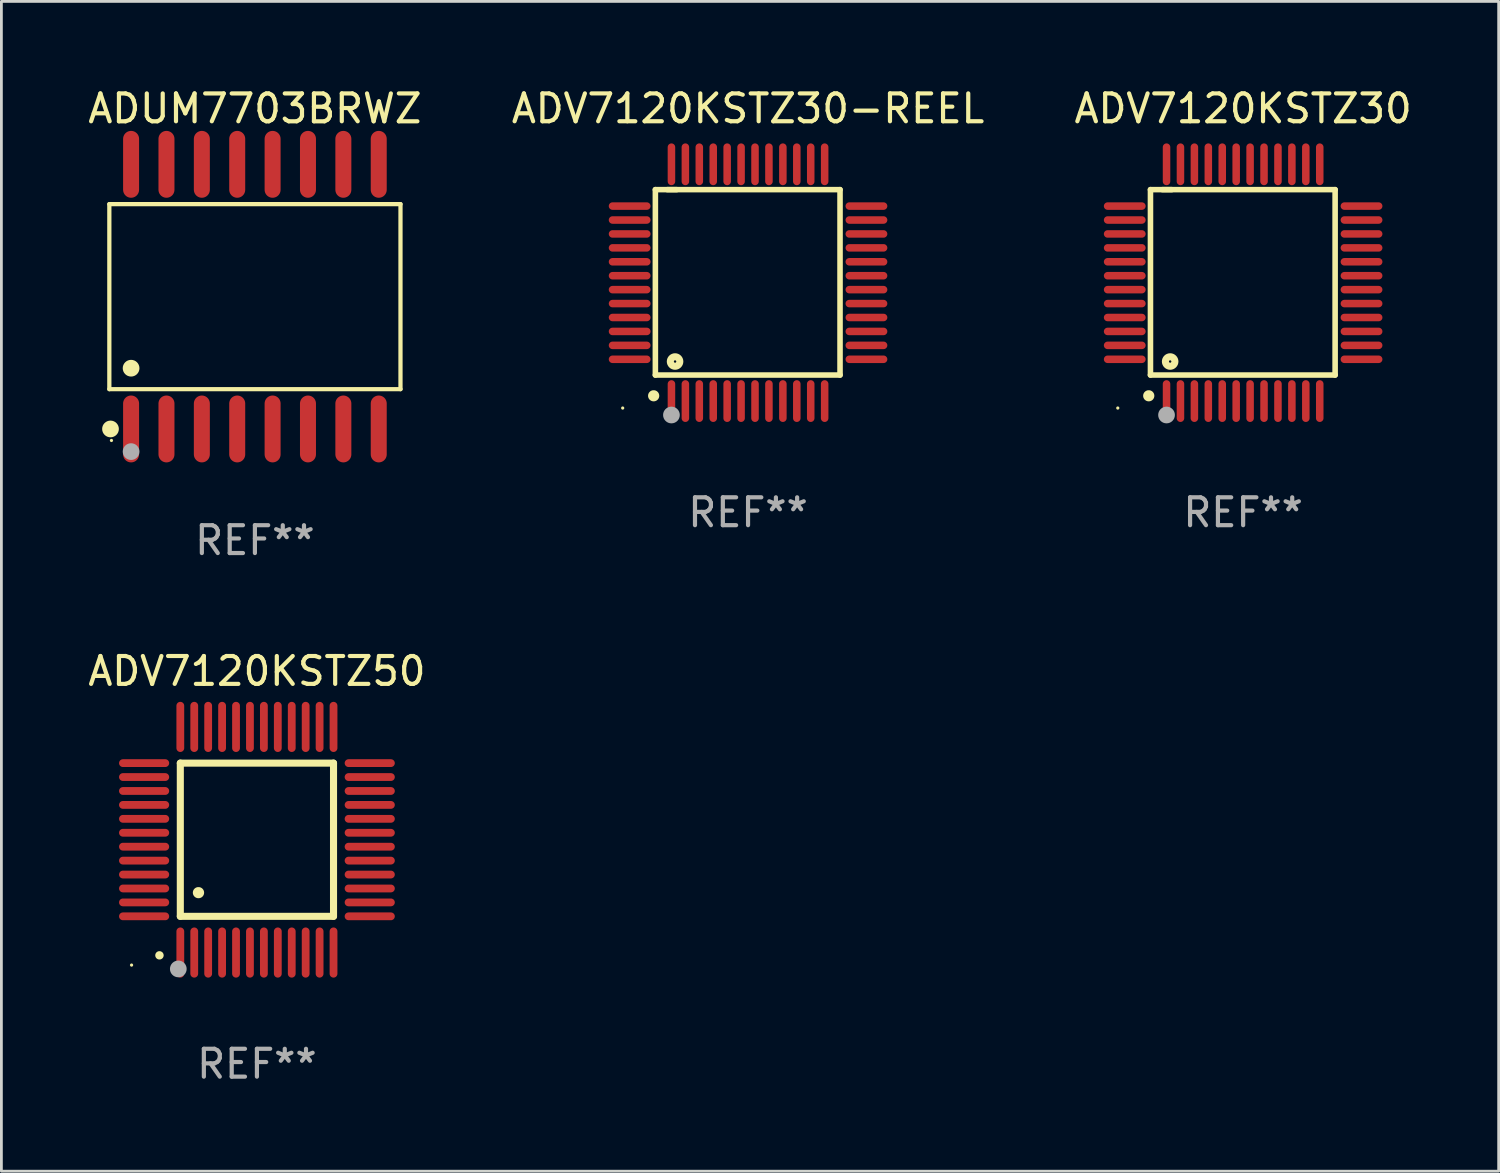
<source format=kicad_pcb>
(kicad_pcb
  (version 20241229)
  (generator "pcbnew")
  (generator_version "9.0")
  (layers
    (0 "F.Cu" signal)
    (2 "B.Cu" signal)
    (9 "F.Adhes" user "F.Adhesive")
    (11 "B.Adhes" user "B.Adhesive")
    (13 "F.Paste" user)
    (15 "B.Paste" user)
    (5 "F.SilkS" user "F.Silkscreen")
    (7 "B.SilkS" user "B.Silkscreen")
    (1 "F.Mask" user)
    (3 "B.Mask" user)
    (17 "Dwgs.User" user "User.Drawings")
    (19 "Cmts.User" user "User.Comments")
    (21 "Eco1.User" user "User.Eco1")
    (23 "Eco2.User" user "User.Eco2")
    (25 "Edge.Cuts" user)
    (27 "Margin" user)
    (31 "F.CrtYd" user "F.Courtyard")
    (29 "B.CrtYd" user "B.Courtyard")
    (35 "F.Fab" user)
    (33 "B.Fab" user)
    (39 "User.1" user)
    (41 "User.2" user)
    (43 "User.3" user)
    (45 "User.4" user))
  (footprint "ADUM7703BRWZ"
    (layer "F.Cu")
    (at 6.101 7.599)
    (property "Reference" "ADUM7703BRWZ" (at 0 -6.75 0) (layer "F.SilkS") (effects (font (size 1 1) (thickness 0.15))))
    (attr through_hole)
    (fp_line (start -5.226 -3.321) (end 5.226 -3.321) (stroke (width 0.152) (type solid)) (layer "F.SilkS"))
    (fp_line (start -5.226 3.321) (end -5.226 -3.321) (stroke (width 0.152) (type solid)) (layer "F.SilkS"))
    (fp_line (start 5.226 -3.321) (end 5.226 3.321) (stroke (width 0.152) (type solid)) (layer "F.SilkS"))
    (fp_line (start 5.226 3.321) (end -5.226 3.321) (stroke (width 0.152) (type solid)) (layer "F.SilkS"))
    (fp_circle (center -5.184 4.75) (end -5.034 4.75) (stroke (width 0.3) (type solid)) (fill no) (layer "F.SilkS"))
    (fp_circle (center -5.15 5.163) (end -5.12 5.163) (stroke (width 0.06) (type solid)) (fill no) (layer "F.SilkS"))
    (fp_circle (center -4.445 2.569) (end -4.295 2.569) (stroke (width 0.3) (type solid)) (fill no) (layer "F.SilkS"))
    (fp_circle (center -4.445 5.563) (end -4.295 5.563) (stroke (width 0.3) (type solid)) (fill no) (layer "F.Fab"))
    (fp_text user "REF**" (at 0 8.75 0) (layer "F.Fab") (effects (font (size 1 1) (thickness 0.15))))
    (pad "1" smd oval (at -4.445 4.75) (size 0.574 2.401) (layers "F.Cu" "F.Mask" "F.Paste"))
    (pad "2" smd oval (at -3.175 4.75) (size 0.574 2.401) (layers "F.Cu" "F.Mask" "F.Paste"))
    (pad "3" smd oval (at -1.905 4.75) (size 0.574 2.401) (layers "F.Cu" "F.Mask" "F.Paste"))
    (pad "4" smd oval (at -0.635 4.75) (size 0.574 2.401) (layers "F.Cu" "F.Mask" "F.Paste"))
    (pad "5" smd oval (at 0.635 4.75) (size 0.574 2.401) (layers "F.Cu" "F.Mask" "F.Paste"))
    (pad "6" smd oval (at 1.905 4.75) (size 0.574 2.401) (layers "F.Cu" "F.Mask" "F.Paste"))
    (pad "7" smd oval (at 3.175 4.75) (size 0.574 2.401) (layers "F.Cu" "F.Mask" "F.Paste"))
    (pad "8" smd oval (at 4.445 4.75) (size 0.574 2.401) (layers "F.Cu" "F.Mask" "F.Paste"))
    (pad "9" smd oval (at 4.445 -4.75) (size 0.574 2.401) (layers "F.Cu" "F.Mask" "F.Paste"))
    (pad "10" smd oval (at 3.175 -4.75) (size 0.574 2.401) (layers "F.Cu" "F.Mask" "F.Paste"))
    (pad "11" smd oval (at 1.905 -4.75) (size 0.574 2.401) (layers "F.Cu" "F.Mask" "F.Paste"))
    (pad "12" smd oval (at 0.635 -4.75) (size 0.574 2.401) (layers "F.Cu" "F.Mask" "F.Paste"))
    (pad "13" smd oval (at -0.635 -4.75) (size 0.574 2.401) (layers "F.Cu" "F.Mask" "F.Paste"))
    (pad "14" smd oval (at -1.905 -4.75) (size 0.574 2.401) (layers "F.Cu" "F.Mask" "F.Paste"))
    (pad "15" smd oval (at -3.175 -4.75) (size 0.574 2.401) (layers "F.Cu" "F.Mask" "F.Paste"))
    (pad "16" smd oval (at -4.445 -4.75) (size 0.574 2.401) (layers "F.Cu" "F.Mask" "F.Paste")))
  (footprint "ADV7120KSTZ30-REEL"
    (layer "F.Cu")
    (at 23.804 7.098)
    (property "Reference" "ADV7120KSTZ30-REEL" (at 0 -6.25 0) (layer "F.SilkS") (effects (font (size 1 1) (thickness 0.15))))
    (attr through_hole)
    (fp_line (start -3.327 -3.34) (end -2.565 -3.34) (stroke (width 0.2) (type solid)) (layer "F.SilkS"))
    (fp_line (start -3.327 3.315) (end -3.327 -3.34) (stroke (width 0.2) (type solid)) (layer "F.SilkS"))
    (fp_line (start -2.896 -3.34) (end 3.302 -3.34) (stroke (width 0.2) (type solid)) (layer "F.SilkS"))
    (fp_line (start 3.302 -3.34) (end 3.302 3.315) (stroke (width 0.2) (type solid)) (layer "F.SilkS"))
    (fp_line (start 3.302 3.315) (end -3.327 3.315) (stroke (width 0.2) (type solid)) (layer "F.SilkS"))
    (fp_arc (start -3.389992 4.059995) (mid -3.388722 4.059991) (end -3.387452 4.059995) (stroke (width 0.4) (type solid)) (layer "F.SilkS"))
    (fp_circle (center -4.5 4.5) (end -4.47 4.5) (stroke (width 0.06) (type solid)) (fill no) (layer "F.SilkS"))
    (fp_circle (center -2.62 2.83) (end -2.45 2.83) (stroke (width 0.254) (type solid)) (fill no) (layer "F.SilkS"))
    (fp_circle (center -2.75 4.75) (end -2.6 4.75) (stroke (width 0.3) (type solid)) (fill no) (layer "F.Fab"))
    (fp_text user "REF**" (at 0 8.25 0) (layer "F.Fab") (effects (font (size 1 1) (thickness 0.15))))
    (pad "1" smd oval (at -2.75 4.25) (size 0.27 1.5) (layers "F.Cu" "F.Mask" "F.Paste"))
    (pad "2" smd oval (at -2.25 4.25) (size 0.27 1.5) (layers "F.Cu" "F.Mask" "F.Paste"))
    (pad "3" smd oval (at -1.75 4.25) (size 0.27 1.5) (layers "F.Cu" "F.Mask" "F.Paste"))
    (pad "4" smd oval (at -1.25 4.25) (size 0.27 1.5) (layers "F.Cu" "F.Mask" "F.Paste"))
    (pad "5" smd oval (at -0.75 4.25) (size 0.27 1.5) (layers "F.Cu" "F.Mask" "F.Paste"))
    (pad "6" smd oval (at -0.25 4.25) (size 0.27 1.5) (layers "F.Cu" "F.Mask" "F.Paste"))
    (pad "7" smd oval (at 0.25 4.25) (size 0.27 1.5) (layers "F.Cu" "F.Mask" "F.Paste"))
    (pad "8" smd oval (at 0.75 4.25) (size 0.27 1.5) (layers "F.Cu" "F.Mask" "F.Paste"))
    (pad "9" smd oval (at 1.25 4.25) (size 0.27 1.5) (layers "F.Cu" "F.Mask" "F.Paste"))
    (pad "10" smd oval (at 1.75 4.25) (size 0.27 1.5) (layers "F.Cu" "F.Mask" "F.Paste"))
    (pad "11" smd oval (at 2.25 4.25) (size 0.27 1.5) (layers "F.Cu" "F.Mask" "F.Paste"))
    (pad "12" smd oval (at 2.75 4.25) (size 0.27 1.5) (layers "F.Cu" "F.Mask" "F.Paste"))
    (pad "13" smd oval (at 4.25 2.75) (size 1.5 0.27) (layers "F.Cu" "F.Mask" "F.Paste"))
    (pad "14" smd oval (at 4.25 2.25) (size 1.5 0.27) (layers "F.Cu" "F.Mask" "F.Paste"))
    (pad "15" smd oval (at 4.25 1.75) (size 1.5 0.27) (layers "F.Cu" "F.Mask" "F.Paste"))
    (pad "16" smd oval (at 4.25 1.25) (size 1.5 0.27) (layers "F.Cu" "F.Mask" "F.Paste"))
    (pad "17" smd oval (at 4.25 0.75) (size 1.5 0.27) (layers "F.Cu" "F.Mask" "F.Paste"))
    (pad "18" smd oval (at 4.25 0.25) (size 1.5 0.27) (layers "F.Cu" "F.Mask" "F.Paste"))
    (pad "19" smd oval (at 4.25 -0.25) (size 1.5 0.27) (layers "F.Cu" "F.Mask" "F.Paste"))
    (pad "20" smd oval (at 4.25 -0.75) (size 1.5 0.27) (layers "F.Cu" "F.Mask" "F.Paste"))
    (pad "21" smd oval (at 4.25 -1.25) (size 1.5 0.27) (layers "F.Cu" "F.Mask" "F.Paste"))
    (pad "22" smd oval (at 4.25 -1.75) (size 1.5 0.27) (layers "F.Cu" "F.Mask" "F.Paste"))
    (pad "23" smd oval (at 4.25 -2.25) (size 1.5 0.27) (layers "F.Cu" "F.Mask" "F.Paste"))
    (pad "24" smd oval (at 4.25 -2.75) (size 1.5 0.27) (layers "F.Cu" "F.Mask" "F.Paste"))
    (pad "25" smd oval (at 2.75 -4.25) (size 0.27 1.5) (layers "F.Cu" "F.Mask" "F.Paste"))
    (pad "26" smd oval (at 2.25 -4.25) (size 0.27 1.5) (layers "F.Cu" "F.Mask" "F.Paste"))
    (pad "27" smd oval (at 1.75 -4.25) (size 0.27 1.5) (layers "F.Cu" "F.Mask" "F.Paste"))
    (pad "28" smd oval (at 1.25 -4.25) (size 0.27 1.5) (layers "F.Cu" "F.Mask" "F.Paste"))
    (pad "29" smd oval (at 0.75 -4.25) (size 0.27 1.5) (layers "F.Cu" "F.Mask" "F.Paste"))
    (pad "30" smd oval (at 0.25 -4.25) (size 0.27 1.5) (layers "F.Cu" "F.Mask" "F.Paste"))
    (pad "31" smd oval (at -0.25 -4.25) (size 0.27 1.5) (layers "F.Cu" "F.Mask" "F.Paste"))
    (pad "32" smd oval (at -0.75 -4.25) (size 0.27 1.5) (layers "F.Cu" "F.Mask" "F.Paste"))
    (pad "33" smd oval (at -1.25 -4.25) (size 0.27 1.5) (layers "F.Cu" "F.Mask" "F.Paste"))
    (pad "34" smd oval (at -1.75 -4.25) (size 0.27 1.5) (layers "F.Cu" "F.Mask" "F.Paste"))
    (pad "35" smd oval (at -2.25 -4.25) (size 0.27 1.5) (layers "F.Cu" "F.Mask" "F.Paste"))
    (pad "36" smd oval (at -2.75 -4.25) (size 0.27 1.5) (layers "F.Cu" "F.Mask" "F.Paste"))
    (pad "37" smd oval (at -4.25 -2.75) (size 1.5 0.27) (layers "F.Cu" "F.Mask" "F.Paste"))
    (pad "38" smd oval (at -4.25 -2.25) (size 1.5 0.27) (layers "F.Cu" "F.Mask" "F.Paste"))
    (pad "39" smd oval (at -4.25 -1.75) (size 1.5 0.27) (layers "F.Cu" "F.Mask" "F.Paste"))
    (pad "40" smd oval (at -4.25 -1.25) (size 1.5 0.27) (layers "F.Cu" "F.Mask" "F.Paste"))
    (pad "41" smd oval (at -4.25 -0.75) (size 1.5 0.27) (layers "F.Cu" "F.Mask" "F.Paste"))
    (pad "42" smd oval (at -4.25 -0.25) (size 1.5 0.27) (layers "F.Cu" "F.Mask" "F.Paste"))
    (pad "43" smd oval (at -4.25 0.25) (size 1.5 0.27) (layers "F.Cu" "F.Mask" "F.Paste"))
    (pad "44" smd oval (at -4.25 0.75) (size 1.5 0.27) (layers "F.Cu" "F.Mask" "F.Paste"))
    (pad "45" smd oval (at -4.25 1.25) (size 1.5 0.27) (layers "F.Cu" "F.Mask" "F.Paste"))
    (pad "46" smd oval (at -4.25 1.75) (size 1.5 0.27) (layers "F.Cu" "F.Mask" "F.Paste"))
    (pad "47" smd oval (at -4.25 2.25) (size 1.5 0.27) (layers "F.Cu" "F.Mask" "F.Paste"))
    (pad "48" smd oval (at -4.25 2.75) (size 1.5 0.27) (layers "F.Cu" "F.Mask" "F.Paste")))
  (footprint "ADV7120KSTZ50"
    (layer "F.Cu")
    (at 6.173 27.095)
    (property "Reference" "ADV7120KSTZ50" (at 0 -6.05 0) (layer "F.SilkS") (effects (font (size 1 1) (thickness 0.15))))
    (attr through_hole)
    (fp_line (start -2.75 -2.75) (end 2.75 -2.75) (stroke (width 0.254) (type solid)) (layer "F.SilkS"))
    (fp_line (start -2.75 2.75) (end -2.75 -2.75) (stroke (width 0.254) (type solid)) (layer "F.SilkS"))
    (fp_line (start 2.75 -2.75) (end 2.75 2.75) (stroke (width 0.254) (type solid)) (layer "F.SilkS"))
    (fp_line (start 2.75 2.75) (end -2.75 2.75) (stroke (width 0.254) (type solid)) (layer "F.SilkS"))
    (fp_arc (start -3.500127 4.150368) (mid -3.498857 4.150363) (end -3.497587 4.150368) (stroke (width 0.3) (type solid)) (layer "F.SilkS"))
    (fp_arc (start -2.100584 1.899924) (mid -2.098044 1.899908) (end -2.095504 1.899924) (stroke (width 0.4) (type solid)) (layer "F.SilkS"))
    (fp_circle (center -4.5 4.5) (end -4.47 4.5) (stroke (width 0.06) (type solid)) (fill no) (layer "F.SilkS"))
    (fp_circle (center -2.822 4.638) (end -2.672 4.638) (stroke (width 0.3) (type solid)) (fill no) (layer "F.Fab"))
    (fp_text user "REF**" (at 0 8.05 0) (layer "F.Fab") (effects (font (size 1 1) (thickness 0.15))))
    (pad "1" smd oval (at -2.75 4.05) (size 0.28 1.8) (layers "F.Cu" "F.Mask" "F.Paste"))
    (pad "2" smd oval (at -2.25 4.05) (size 0.28 1.8) (layers "F.Cu" "F.Mask" "F.Paste"))
    (pad "3" smd oval (at -1.75 4.05) (size 0.28 1.8) (layers "F.Cu" "F.Mask" "F.Paste"))
    (pad "4" smd oval (at -1.25 4.05) (size 0.28 1.8) (layers "F.Cu" "F.Mask" "F.Paste"))
    (pad "5" smd oval (at -0.75 4.05) (size 0.28 1.8) (layers "F.Cu" "F.Mask" "F.Paste"))
    (pad "6" smd oval (at -0.25 4.05) (size 0.28 1.8) (layers "F.Cu" "F.Mask" "F.Paste"))
    (pad "7" smd oval (at 0.25 4.05) (size 0.28 1.8) (layers "F.Cu" "F.Mask" "F.Paste"))
    (pad "8" smd oval (at 0.75 4.05) (size 0.28 1.8) (layers "F.Cu" "F.Mask" "F.Paste"))
    (pad "9" smd oval (at 1.25 4.05) (size 0.28 1.8) (layers "F.Cu" "F.Mask" "F.Paste"))
    (pad "10" smd oval (at 1.75 4.05) (size 0.28 1.8) (layers "F.Cu" "F.Mask" "F.Paste"))
    (pad "11" smd oval (at 2.25 4.05) (size 0.28 1.8) (layers "F.Cu" "F.Mask" "F.Paste"))
    (pad "12" smd oval (at 2.75 4.05) (size 0.28 1.8) (layers "F.Cu" "F.Mask" "F.Paste"))
    (pad "13" smd oval (at 4.05 2.75) (size 1.8 0.28) (layers "F.Cu" "F.Mask" "F.Paste"))
    (pad "14" smd oval (at 4.05 2.25) (size 1.8 0.28) (layers "F.Cu" "F.Mask" "F.Paste"))
    (pad "15" smd oval (at 4.05 1.75) (size 1.8 0.28) (layers "F.Cu" "F.Mask" "F.Paste"))
    (pad "16" smd oval (at 4.05 1.25) (size 1.8 0.28) (layers "F.Cu" "F.Mask" "F.Paste"))
    (pad "17" smd oval (at 4.05 0.75) (size 1.8 0.28) (layers "F.Cu" "F.Mask" "F.Paste"))
    (pad "18" smd oval (at 4.05 0.25) (size 1.8 0.28) (layers "F.Cu" "F.Mask" "F.Paste"))
    (pad "19" smd oval (at 4.05 -0.25) (size 1.8 0.28) (layers "F.Cu" "F.Mask" "F.Paste"))
    (pad "20" smd oval (at 4.05 -0.75) (size 1.8 0.28) (layers "F.Cu" "F.Mask" "F.Paste"))
    (pad "21" smd oval (at 4.05 -1.25) (size 1.8 0.28) (layers "F.Cu" "F.Mask" "F.Paste"))
    (pad "22" smd oval (at 4.05 -1.75) (size 1.8 0.28) (layers "F.Cu" "F.Mask" "F.Paste"))
    (pad "23" smd oval (at 4.05 -2.25) (size 1.8 0.28) (layers "F.Cu" "F.Mask" "F.Paste"))
    (pad "24" smd oval (at 4.05 -2.75) (size 1.8 0.28) (layers "F.Cu" "F.Mask" "F.Paste"))
    (pad "25" smd oval (at 2.75 -4.05) (size 0.28 1.8) (layers "F.Cu" "F.Mask" "F.Paste"))
    (pad "26" smd oval (at 2.25 -4.05) (size 0.28 1.8) (layers "F.Cu" "F.Mask" "F.Paste"))
    (pad "27" smd oval (at 1.75 -4.05) (size 0.28 1.8) (layers "F.Cu" "F.Mask" "F.Paste"))
    (pad "28" smd oval (at 1.25 -4.05) (size 0.28 1.8) (layers "F.Cu" "F.Mask" "F.Paste"))
    (pad "29" smd oval (at 0.75 -4.05) (size 0.28 1.8) (layers "F.Cu" "F.Mask" "F.Paste"))
    (pad "30" smd oval (at 0.25 -4.05) (size 0.28 1.8) (layers "F.Cu" "F.Mask" "F.Paste"))
    (pad "31" smd oval (at -0.25 -4.05) (size 0.28 1.8) (layers "F.Cu" "F.Mask" "F.Paste"))
    (pad "32" smd oval (at -0.75 -4.05) (size 0.28 1.8) (layers "F.Cu" "F.Mask" "F.Paste"))
    (pad "33" smd oval (at -1.25 -4.05) (size 0.28 1.8) (layers "F.Cu" "F.Mask" "F.Paste"))
    (pad "34" smd oval (at -1.75 -4.05) (size 0.28 1.8) (layers "F.Cu" "F.Mask" "F.Paste"))
    (pad "35" smd oval (at -2.25 -4.05) (size 0.28 1.8) (layers "F.Cu" "F.Mask" "F.Paste"))
    (pad "36" smd oval (at -2.75 -4.05) (size 0.28 1.8) (layers "F.Cu" "F.Mask" "F.Paste"))
    (pad "37" smd oval (at -4.05 -2.75) (size 1.8 0.28) (layers "F.Cu" "F.Mask" "F.Paste"))
    (pad "38" smd oval (at -4.05 -2.25) (size 1.8 0.28) (layers "F.Cu" "F.Mask" "F.Paste"))
    (pad "39" smd oval (at -4.05 -1.75) (size 1.8 0.28) (layers "F.Cu" "F.Mask" "F.Paste"))
    (pad "40" smd oval (at -4.05 -1.25) (size 1.8 0.28) (layers "F.Cu" "F.Mask" "F.Paste"))
    (pad "41" smd oval (at -4.05 -0.75) (size 1.8 0.28) (layers "F.Cu" "F.Mask" "F.Paste"))
    (pad "42" smd oval (at -4.05 -0.25) (size 1.8 0.28) (layers "F.Cu" "F.Mask" "F.Paste"))
    (pad "43" smd oval (at -4.05 0.25) (size 1.8 0.28) (layers "F.Cu" "F.Mask" "F.Paste"))
    (pad "44" smd oval (at -4.05 0.75) (size 1.8 0.28) (layers "F.Cu" "F.Mask" "F.Paste"))
    (pad "45" smd oval (at -4.05 1.25) (size 1.8 0.28) (layers "F.Cu" "F.Mask" "F.Paste"))
    (pad "46" smd oval (at -4.05 1.75) (size 1.8 0.28) (layers "F.Cu" "F.Mask" "F.Paste"))
    (pad "47" smd oval (at -4.05 2.25) (size 1.8 0.28) (layers "F.Cu" "F.Mask" "F.Paste"))
    (pad "48" smd oval (at -4.05 2.75) (size 1.8 0.28) (layers "F.Cu" "F.Mask" "F.Paste")))
  (footprint "ADV7120KSTZ30"
    (layer "F.Cu")
    (at 41.577 7.098)
    (property "Reference" "ADV7120KSTZ30" (at 0 -6.25 0) (layer "F.SilkS") (effects (font (size 1 1) (thickness 0.15))))
    (attr through_hole)
    (fp_line (start -3.327 -3.34) (end -2.565 -3.34) (stroke (width 0.2) (type solid)) (layer "F.SilkS"))
    (fp_line (start -3.327 3.315) (end -3.327 -3.34) (stroke (width 0.2) (type solid)) (layer "F.SilkS"))
    (fp_line (start -2.896 -3.34) (end 3.302 -3.34) (stroke (width 0.2) (type solid)) (layer "F.SilkS"))
    (fp_line (start 3.302 -3.34) (end 3.302 3.315) (stroke (width 0.2) (type solid)) (layer "F.SilkS"))
    (fp_line (start 3.302 3.315) (end -3.327 3.315) (stroke (width 0.2) (type solid)) (layer "F.SilkS"))
    (fp_arc (start -3.389992 4.059995) (mid -3.388722 4.059991) (end -3.387452 4.059995) (stroke (width 0.4) (type solid)) (layer "F.SilkS"))
    (fp_circle (center -4.5 4.5) (end -4.47 4.5) (stroke (width 0.06) (type solid)) (fill no) (layer "F.SilkS"))
    (fp_circle (center -2.62 2.83) (end -2.45 2.83) (stroke (width 0.254) (type solid)) (fill no) (layer "F.SilkS"))
    (fp_circle (center -2.75 4.75) (end -2.6 4.75) (stroke (width 0.3) (type solid)) (fill no) (layer "F.Fab"))
    (fp_text user "REF**" (at 0 8.25 0) (layer "F.Fab") (effects (font (size 1 1) (thickness 0.15))))
    (pad "1" smd oval (at -2.75 4.25) (size 0.27 1.5) (layers "F.Cu" "F.Mask" "F.Paste"))
    (pad "2" smd oval (at -2.25 4.25) (size 0.27 1.5) (layers "F.Cu" "F.Mask" "F.Paste"))
    (pad "3" smd oval (at -1.75 4.25) (size 0.27 1.5) (layers "F.Cu" "F.Mask" "F.Paste"))
    (pad "4" smd oval (at -1.25 4.25) (size 0.27 1.5) (layers "F.Cu" "F.Mask" "F.Paste"))
    (pad "5" smd oval (at -0.75 4.25) (size 0.27 1.5) (layers "F.Cu" "F.Mask" "F.Paste"))
    (pad "6" smd oval (at -0.25 4.25) (size 0.27 1.5) (layers "F.Cu" "F.Mask" "F.Paste"))
    (pad "7" smd oval (at 0.25 4.25) (size 0.27 1.5) (layers "F.Cu" "F.Mask" "F.Paste"))
    (pad "8" smd oval (at 0.75 4.25) (size 0.27 1.5) (layers "F.Cu" "F.Mask" "F.Paste"))
    (pad "9" smd oval (at 1.25 4.25) (size 0.27 1.5) (layers "F.Cu" "F.Mask" "F.Paste"))
    (pad "10" smd oval (at 1.75 4.25) (size 0.27 1.5) (layers "F.Cu" "F.Mask" "F.Paste"))
    (pad "11" smd oval (at 2.25 4.25) (size 0.27 1.5) (layers "F.Cu" "F.Mask" "F.Paste"))
    (pad "12" smd oval (at 2.75 4.25) (size 0.27 1.5) (layers "F.Cu" "F.Mask" "F.Paste"))
    (pad "13" smd oval (at 4.25 2.75) (size 1.5 0.27) (layers "F.Cu" "F.Mask" "F.Paste"))
    (pad "14" smd oval (at 4.25 2.25) (size 1.5 0.27) (layers "F.Cu" "F.Mask" "F.Paste"))
    (pad "15" smd oval (at 4.25 1.75) (size 1.5 0.27) (layers "F.Cu" "F.Mask" "F.Paste"))
    (pad "16" smd oval (at 4.25 1.25) (size 1.5 0.27) (layers "F.Cu" "F.Mask" "F.Paste"))
    (pad "17" smd oval (at 4.25 0.75) (size 1.5 0.27) (layers "F.Cu" "F.Mask" "F.Paste"))
    (pad "18" smd oval (at 4.25 0.25) (size 1.5 0.27) (layers "F.Cu" "F.Mask" "F.Paste"))
    (pad "19" smd oval (at 4.25 -0.25) (size 1.5 0.27) (layers "F.Cu" "F.Mask" "F.Paste"))
    (pad "20" smd oval (at 4.25 -0.75) (size 1.5 0.27) (layers "F.Cu" "F.Mask" "F.Paste"))
    (pad "21" smd oval (at 4.25 -1.25) (size 1.5 0.27) (layers "F.Cu" "F.Mask" "F.Paste"))
    (pad "22" smd oval (at 4.25 -1.75) (size 1.5 0.27) (layers "F.Cu" "F.Mask" "F.Paste"))
    (pad "23" smd oval (at 4.25 -2.25) (size 1.5 0.27) (layers "F.Cu" "F.Mask" "F.Paste"))
    (pad "24" smd oval (at 4.25 -2.75) (size 1.5 0.27) (layers "F.Cu" "F.Mask" "F.Paste"))
    (pad "25" smd oval (at 2.75 -4.25) (size 0.27 1.5) (layers "F.Cu" "F.Mask" "F.Paste"))
    (pad "26" smd oval (at 2.25 -4.25) (size 0.27 1.5) (layers "F.Cu" "F.Mask" "F.Paste"))
    (pad "27" smd oval (at 1.75 -4.25) (size 0.27 1.5) (layers "F.Cu" "F.Mask" "F.Paste"))
    (pad "28" smd oval (at 1.25 -4.25) (size 0.27 1.5) (layers "F.Cu" "F.Mask" "F.Paste"))
    (pad "29" smd oval (at 0.75 -4.25) (size 0.27 1.5) (layers "F.Cu" "F.Mask" "F.Paste"))
    (pad "30" smd oval (at 0.25 -4.25) (size 0.27 1.5) (layers "F.Cu" "F.Mask" "F.Paste"))
    (pad "31" smd oval (at -0.25 -4.25) (size 0.27 1.5) (layers "F.Cu" "F.Mask" "F.Paste"))
    (pad "32" smd oval (at -0.75 -4.25) (size 0.27 1.5) (layers "F.Cu" "F.Mask" "F.Paste"))
    (pad "33" smd oval (at -1.25 -4.25) (size 0.27 1.5) (layers "F.Cu" "F.Mask" "F.Paste"))
    (pad "34" smd oval (at -1.75 -4.25) (size 0.27 1.5) (layers "F.Cu" "F.Mask" "F.Paste"))
    (pad "35" smd oval (at -2.25 -4.25) (size 0.27 1.5) (layers "F.Cu" "F.Mask" "F.Paste"))
    (pad "36" smd oval (at -2.75 -4.25) (size 0.27 1.5) (layers "F.Cu" "F.Mask" "F.Paste"))
    (pad "37" smd oval (at -4.25 -2.75) (size 1.5 0.27) (layers "F.Cu" "F.Mask" "F.Paste"))
    (pad "38" smd oval (at -4.25 -2.25) (size 1.5 0.27) (layers "F.Cu" "F.Mask" "F.Paste"))
    (pad "39" smd oval (at -4.25 -1.75) (size 1.5 0.27) (layers "F.Cu" "F.Mask" "F.Paste"))
    (pad "40" smd oval (at -4.25 -1.25) (size 1.5 0.27) (layers "F.Cu" "F.Mask" "F.Paste"))
    (pad "41" smd oval (at -4.25 -0.75) (size 1.5 0.27) (layers "F.Cu" "F.Mask" "F.Paste"))
    (pad "42" smd oval (at -4.25 -0.25) (size 1.5 0.27) (layers "F.Cu" "F.Mask" "F.Paste"))
    (pad "43" smd oval (at -4.25 0.25) (size 1.5 0.27) (layers "F.Cu" "F.Mask" "F.Paste"))
    (pad "44" smd oval (at -4.25 0.75) (size 1.5 0.27) (layers "F.Cu" "F.Mask" "F.Paste"))
    (pad "45" smd oval (at -4.25 1.25) (size 1.5 0.27) (layers "F.Cu" "F.Mask" "F.Paste"))
    (pad "46" smd oval (at -4.25 1.75) (size 1.5 0.27) (layers "F.Cu" "F.Mask" "F.Paste"))
    (pad "47" smd oval (at -4.25 2.25) (size 1.5 0.27) (layers "F.Cu" "F.Mask" "F.Paste"))
    (pad "48" smd oval (at -4.25 2.75) (size 1.5 0.27) (layers "F.Cu" "F.Mask" "F.Paste")))
  (gr_rect
    (start -3 -3)
    (end 50.75 38.994)
    (stroke (width 0.1) (type default))
    (fill no)
    (layer "Edge.Cuts")))
</source>
